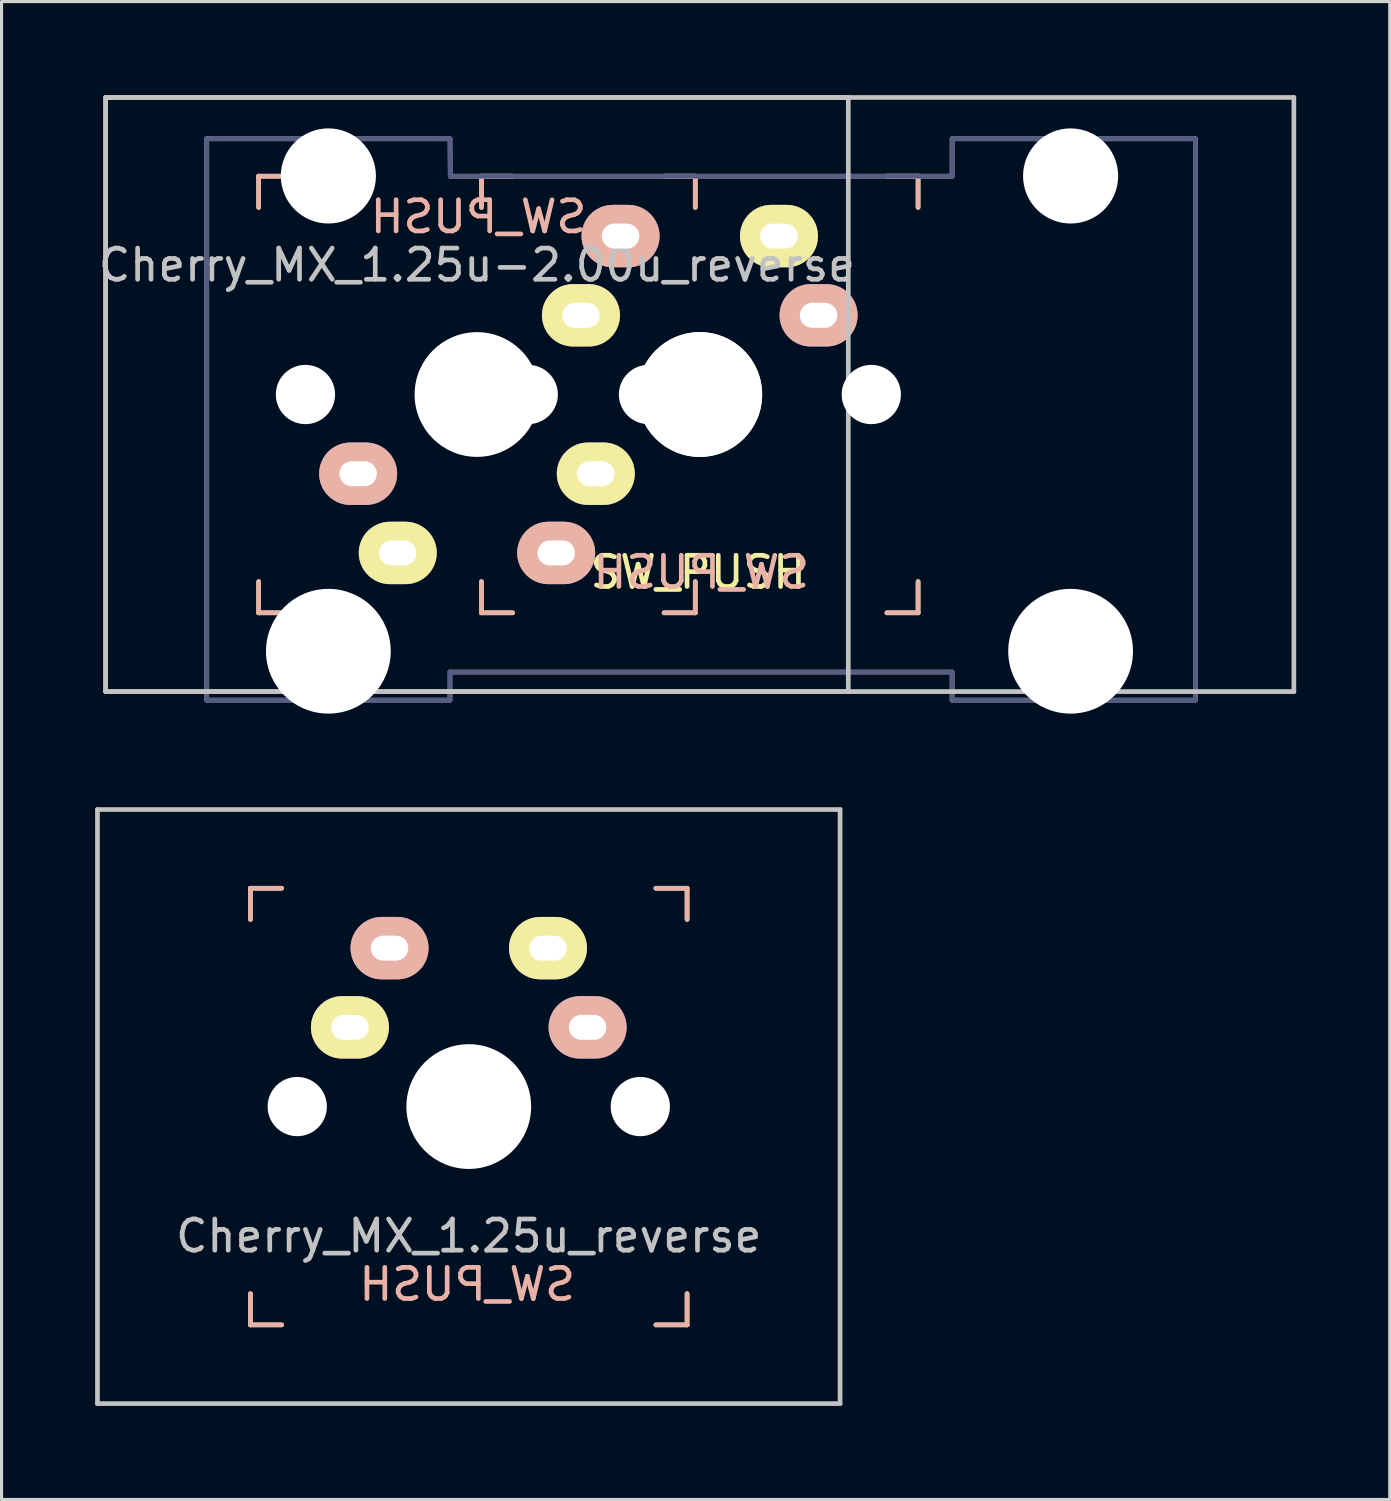
<source format=kicad_pcb>
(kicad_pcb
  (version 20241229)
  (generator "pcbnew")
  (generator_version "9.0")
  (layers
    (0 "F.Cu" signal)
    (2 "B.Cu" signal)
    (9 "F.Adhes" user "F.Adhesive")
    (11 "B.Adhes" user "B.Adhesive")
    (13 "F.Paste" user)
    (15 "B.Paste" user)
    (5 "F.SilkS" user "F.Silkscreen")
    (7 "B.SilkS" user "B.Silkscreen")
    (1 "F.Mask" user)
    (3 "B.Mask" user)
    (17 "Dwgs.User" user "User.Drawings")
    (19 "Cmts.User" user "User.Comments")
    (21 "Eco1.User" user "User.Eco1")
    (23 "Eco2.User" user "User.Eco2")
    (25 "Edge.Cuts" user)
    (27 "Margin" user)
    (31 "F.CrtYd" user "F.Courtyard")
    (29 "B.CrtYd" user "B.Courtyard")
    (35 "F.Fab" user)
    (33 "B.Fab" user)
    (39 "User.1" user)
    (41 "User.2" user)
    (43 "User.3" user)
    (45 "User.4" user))
  (footprint "Cherry_MX_1.25u_reverse"
    (layer "F.Cu")
    (at 11.981 32.432)
    (property "Reference" "Cherry_MX_1.25u_reverse" (at 0 4.15 0) (layer "Dwgs.User") (effects (font (size 1 1) (thickness 0.15))))
    (property "Value" "SW_PUSH" (at -0.05 5.7 0) (layer "F.SilkS") (hide yes) (effects (font (size 1 1) (thickness 0.15))))
    (attr through_hole)
    (fp_line (start -7 -7) (end -6 -7) (stroke (width 0.15) (type solid)) (layer "F.SilkS"))
    (fp_line (start -7 -6) (end -7 -7) (stroke (width 0.15) (type solid)) (layer "F.SilkS"))
    (fp_line (start -7 6) (end -7 7) (stroke (width 0.15) (type solid)) (layer "F.SilkS"))
    (fp_line (start -6 7) (end -7 7) (stroke (width 0.15) (type solid)) (layer "F.SilkS"))
    (fp_line (start 6 7) (end 7 7) (stroke (width 0.15) (type solid)) (layer "F.SilkS"))
    (fp_line (start 7 -7) (end 6 -7) (stroke (width 0.15) (type solid)) (layer "F.SilkS"))
    (fp_line (start 7 -6) (end 7 -7) (stroke (width 0.15) (type solid)) (layer "F.SilkS"))
    (fp_line (start 7 7) (end 7 6) (stroke (width 0.15) (type solid)) (layer "F.SilkS"))
    (fp_line (start -7 -7) (end -7 -6) (stroke (width 0.15) (type solid)) (layer "B.SilkS"))
    (fp_line (start -7 6) (end -7 7) (stroke (width 0.15) (type solid)) (layer "B.SilkS"))
    (fp_line (start -7 7) (end -6 7) (stroke (width 0.15) (type solid)) (layer "B.SilkS"))
    (fp_line (start -6 -7) (end -7 -7) (stroke (width 0.15) (type solid)) (layer "B.SilkS"))
    (fp_line (start 6 7) (end 7 7) (stroke (width 0.15) (type solid)) (layer "B.SilkS"))
    (fp_line (start 7 -7) (end 6 -7) (stroke (width 0.15) (type solid)) (layer "B.SilkS"))
    (fp_line (start 7 -6) (end 7 -7) (stroke (width 0.15) (type solid)) (layer "B.SilkS"))
    (fp_line (start 7 7) (end 7 6) (stroke (width 0.15) (type solid)) (layer "B.SilkS"))
    (fp_line (start -11.906 -9.525) (end 11.906 -9.525) (stroke (width 0.15) (type solid)) (layer "Dwgs.User"))
    (fp_line (start -11.906 9.525) (end -11.906 -9.525) (stroke (width 0.15) (type solid)) (layer "Dwgs.User"))
    (fp_line (start 11.906 -9.525) (end 11.906 9.525) (stroke (width 0.15) (type solid)) (layer "Dwgs.User"))
    (fp_line (start 11.906 9.525) (end -11.906 9.525) (stroke (width 0.15) (type solid)) (layer "Dwgs.User"))
    (fp_text user "${VALUE}" (at -0.05 5.7 0) (layer "B.SilkS") (effects (font (size 1 1) (thickness 0.15)) (justify mirror)))
    (pad "" np_thru_hole circle (at -5.5 0 90) (size 1.9 1.9) (drill 1.9) (layers "*.Cu" "*.Mask"))
    (pad "" np_thru_hole circle (at 0 0 90) (size 4 4) (drill 4) (layers "*.Cu" "*.Mask"))
    (pad "" np_thru_hole circle (at 5.5 0 90) (size 1.9 1.9) (drill 1.9) (layers "*.Cu" "*.Mask"))
    (pad "1" thru_hole oval (at 2.54 -5.08) (size 2.5 2) (drill oval 1.2 0.8) (layers "*.Cu" "B.Mask" "F.SilkS"))
    (pad "1" thru_hole oval (at 3.81 -2.54) (size 2.5 2) (drill oval 1.2 0.8) (layers "*.Cu" "F.Mask" "B.SilkS"))
    (pad "2" thru_hole oval (at -3.81 -2.54) (size 2.5 2) (drill oval 1.2 0.8) (layers "*.Cu" "B.Mask" "F.SilkS"))
    (pad "2" thru_hole oval (at -2.54 -5.08) (size 2.5 2) (drill oval 1.2 0.8) (layers "*.Cu" "F.Mask" "B.SilkS")))
  (footprint "Cherry_MX_1.25u-2.00u_reverse"
    (layer "F.Cu")
    (at 12.244 9.6)
    (property "Reference" "Cherry_MX_1.25u-2.00u_reverse" (at 0 -4.15 180) (layer "Dwgs.User") (effects (font (size 1 1) (thickness 0.15))))
    (property "Value" "SW_PUSH" (at 0.05 -5.7 180) (layer "F.SilkS") (hide yes) (effects (font (size 1 1) (thickness 0.15))))
    (attr through_hole)
    (fp_line (start -7 -7) (end -7 -6) (stroke (width 0.15) (type solid)) (layer "F.SilkS"))
    (fp_line (start -7 6) (end -7 7) (stroke (width 0.15) (type solid)) (layer "F.SilkS"))
    (fp_line (start -7 7) (end -6 7) (stroke (width 0.15) (type solid)) (layer "F.SilkS"))
    (fp_line (start -6 -7) (end -7 -7) (stroke (width 0.15) (type solid)) (layer "F.SilkS"))
    (fp_line (start 0.144 -7) (end 1.144 -7) (stroke (width 0.15) (type solid)) (layer "F.SilkS"))
    (fp_line (start 0.144 -6) (end 0.144 -7) (stroke (width 0.15) (type solid)) (layer "F.SilkS"))
    (fp_line (start 0.144 6) (end 0.144 7) (stroke (width 0.15) (type solid)) (layer "F.SilkS"))
    (fp_line (start 1.144 7) (end 0.144 7) (stroke (width 0.15) (type solid)) (layer "F.SilkS"))
    (fp_line (start 6 -7) (end 7 -7) (stroke (width 0.15) (type solid)) (layer "F.SilkS"))
    (fp_line (start 7 -6) (end 7 -7) (stroke (width 0.15) (type solid)) (layer "F.SilkS"))
    (fp_line (start 7 6) (end 7 7) (stroke (width 0.15) (type solid)) (layer "F.SilkS"))
    (fp_line (start 7 7) (end 6 7) (stroke (width 0.15) (type solid)) (layer "F.SilkS"))
    (fp_line (start 13.144 7) (end 14.144 7) (stroke (width 0.15) (type solid)) (layer "F.SilkS"))
    (fp_line (start 14.144 -7) (end 13.144 -7) (stroke (width 0.15) (type solid)) (layer "F.SilkS"))
    (fp_line (start 14.144 -6) (end 14.144 -7) (stroke (width 0.15) (type solid)) (layer "F.SilkS"))
    (fp_line (start 14.144 7) (end 14.144 6) (stroke (width 0.15) (type solid)) (layer "F.SilkS"))
    (fp_line (start -7 -7) (end -7 -6) (stroke (width 0.15) (type solid)) (layer "B.SilkS"))
    (fp_line (start -7 6) (end -7 7) (stroke (width 0.15) (type solid)) (layer "B.SilkS"))
    (fp_line (start -7 7) (end -6 7) (stroke (width 0.15) (type solid)) (layer "B.SilkS"))
    (fp_line (start -6 -7) (end -7 -7) (stroke (width 0.15) (type solid)) (layer "B.SilkS"))
    (fp_line (start 0.144 -7) (end 1.144 -7) (stroke (width 0.15) (type solid)) (layer "B.SilkS"))
    (fp_line (start 0.144 -6) (end 0.144 -7) (stroke (width 0.15) (type solid)) (layer "B.SilkS"))
    (fp_line (start 0.144 7) (end 0.144 6) (stroke (width 0.15) (type solid)) (layer "B.SilkS"))
    (fp_line (start 1.144 7) (end 0.144 7) (stroke (width 0.15) (type solid)) (layer "B.SilkS"))
    (fp_line (start 6 7) (end 7 7) (stroke (width 0.15) (type solid)) (layer "B.SilkS"))
    (fp_line (start 7 -7) (end 6 -7) (stroke (width 0.15) (type solid)) (layer "B.SilkS"))
    (fp_line (start 7 -6) (end 7 -7) (stroke (width 0.15) (type solid)) (layer "B.SilkS"))
    (fp_line (start 7 7) (end 7 6) (stroke (width 0.15) (type solid)) (layer "B.SilkS"))
    (fp_line (start 13.144 7) (end 14.144 7) (stroke (width 0.15) (type solid)) (layer "B.SilkS"))
    (fp_line (start 14.144 -7) (end 13.144 -7) (stroke (width 0.15) (type solid)) (layer "B.SilkS"))
    (fp_line (start 14.144 -6) (end 14.144 -7) (stroke (width 0.15) (type solid)) (layer "B.SilkS"))
    (fp_line (start 14.144 6) (end 14.144 7) (stroke (width 0.15) (type solid)) (layer "B.SilkS"))
    (fp_line (start -11.906 -9.525) (end 11.906 -9.525) (stroke (width 0.15) (type solid)) (layer "Dwgs.User"))
    (fp_line (start -11.906 -9.525) (end 26.194 -9.525) (stroke (width 0.15) (type solid)) (layer "Dwgs.User"))
    (fp_line (start -11.906 9.525) (end -11.906 -9.525) (stroke (width 0.15) (type solid)) (layer "Dwgs.User"))
    (fp_line (start -11.906 9.525) (end -11.906 -9.525) (stroke (width 0.15) (type solid)) (layer "Dwgs.User"))
    (fp_line (start 11.906 -9.525) (end 11.906 9.525) (stroke (width 0.15) (type solid)) (layer "Dwgs.User"))
    (fp_line (start 11.906 9.525) (end -11.906 9.525) (stroke (width 0.15) (type solid)) (layer "Dwgs.User"))
    (fp_line (start 26.194 -9.525) (end 26.194 9.525) (stroke (width 0.15) (type solid)) (layer "Dwgs.User"))
    (fp_line (start 26.194 9.525) (end -11.906 9.525) (stroke (width 0.15) (type solid)) (layer "Dwgs.User"))
    (fp_line (start -8.665 9.8) (end -0.865 9.8) (stroke (width 0.15) (type solid)) (layer "B.Fab"))
    (fp_line (start -8.665 -8.2) (end -8.665 9.8) (stroke (width 0.15) (type solid)) (layer "B.Fab"))
    (fp_line (start -0.865 -8.2) (end -8.665 -8.2) (stroke (width 0.15) (type solid)) (layer "B.Fab"))
    (fp_line (start -0.865 8.9) (end 15.235 8.9) (stroke (width 0.15) (type solid)) (layer "B.Fab"))
    (fp_line (start -0.865 9.8) (end -0.865 8.9) (stroke (width 0.15) (type solid)) (layer "B.Fab"))
    (fp_line (start -0.856 -7) (end -0.865 -8.2) (stroke (width 0.15) (type solid)) (layer "B.Fab"))
    (fp_line (start 15.235 9.8) (end 15.235 8.9) (stroke (width 0.15) (type solid)) (layer "B.Fab"))
    (fp_line (start 15.235 9.8) (end 23.035 9.8) (stroke (width 0.15) (type solid)) (layer "B.Fab"))
    (fp_line (start 15.235 -8.2) (end 15.235 -7) (stroke (width 0.15) (type solid)) (layer "B.Fab"))
    (fp_line (start 15.235 -7) (end -0.856 -7) (stroke (width 0.15) (type solid)) (layer "B.Fab"))
    (fp_line (start 23.035 -8.2) (end 15.235 -8.2) (stroke (width 0.15) (type solid)) (layer "B.Fab"))
    (fp_line (start 23.035 9.8) (end 23.035 -8.2) (stroke (width 0.15) (type solid)) (layer "B.Fab"))
    (fp_line (start -8.665 9.8) (end -0.865 9.8) (stroke (width 0.15) (type solid)) (layer "F.Fab"))
    (fp_line (start -8.665 -8.2) (end -8.665 9.8) (stroke (width 0.15) (type solid)) (layer "F.Fab"))
    (fp_line (start -0.865 -8.2) (end -8.665 -8.2) (stroke (width 0.15) (type solid)) (layer "F.Fab"))
    (fp_line (start -0.865 8.9) (end 15.235 8.9) (stroke (width 0.15) (type solid)) (layer "F.Fab"))
    (fp_line (start -0.865 9.8) (end -0.865 8.9) (stroke (width 0.15) (type solid)) (layer "F.Fab"))
    (fp_line (start -0.856 -7) (end -0.865 -8.2) (stroke (width 0.15) (type solid)) (layer "F.Fab"))
    (fp_line (start 15.235 9.8) (end 15.235 8.9) (stroke (width 0.15) (type solid)) (layer "F.Fab"))
    (fp_line (start 15.235 9.8) (end 23.035 9.8) (stroke (width 0.15) (type solid)) (layer "F.Fab"))
    (fp_line (start 15.235 -8.2) (end 15.235 -7) (stroke (width 0.15) (type solid)) (layer "F.Fab"))
    (fp_line (start 15.235 -7) (end -0.856 -7) (stroke (width 0.15) (type solid)) (layer "F.Fab"))
    (fp_line (start 23.035 -8.2) (end 15.235 -8.2) (stroke (width 0.15) (type solid)) (layer "F.Fab"))
    (fp_line (start 23.035 9.8) (end 23.035 -8.2) (stroke (width 0.15) (type solid)) (layer "F.Fab"))
    (fp_text user "${VALUE}" (at 7.094 5.7 0) (layer "F.SilkS") (effects (font (size 1 1) (thickness 0.15))))
    (fp_text user "${VALUE}" (at 7.194 5.7 180) (layer "B.SilkS") (effects (font (size 1 1) (thickness 0.15)) (justify mirror)))
    (fp_text user "${VALUE}" (at 0.05 -5.7 180) (layer "B.SilkS") (effects (font (size 1 1) (thickness 0.15)) (justify mirror)))
    (pad "" np_thru_hole circle (at -5.5 0 270) (size 1.9 1.9) (drill 1.9) (layers "*.Cu" "*.Mask"))
    (pad "" np_thru_hole circle (at -4.765 -7.008) (size 3.05 3.05) (drill 3.05) (layers "*.Cu" "*.Mask"))
    (pad "" np_thru_hole circle (at -4.765 8.232) (size 4 4) (drill 4) (layers "*.Cu" "*.Mask"))
    (pad "" np_thru_hole circle (at 0 0 270) (size 4 4) (drill 4) (layers "*.Cu" "*.Mask"))
    (pad "" np_thru_hole circle (at 1.644 0 90) (size 1.9 1.9) (drill 1.9) (layers "*.Cu" "*.Mask"))
    (pad "" np_thru_hole circle (at 5.5 0 270) (size 1.9 1.9) (drill 1.9) (layers "*.Cu" "*.Mask"))
    (pad "" np_thru_hole circle (at 7.144 0 90) (size 4 4) (drill 4) (layers "*.Cu" "*.Mask"))
    (pad "" np_thru_hole circle (at 7.144 0 90) (size 4 4) (drill 4) (layers "*.Cu" "*.Mask"))
    (pad "" np_thru_hole circle (at 12.644 0 90) (size 1.9 1.9) (drill 1.9) (layers "*.Cu" "*.Mask"))
    (pad "" np_thru_hole circle (at 19.035 -7.008) (size 3.05 3.05) (drill 3.05) (layers "*.Cu" "*.Mask"))
    (pad "" np_thru_hole circle (at 19.035 8.232) (size 4 4) (drill 4) (layers "*.Cu" "*.Mask"))
    (pad "1" thru_hole oval (at -3.81 2.54 180) (size 2.5 2) (drill oval 1.2 0.8) (layers "*.Cu" "F.Mask" "B.SilkS"))
    (pad "1" thru_hole oval (at -2.54 5.08 180) (size 2.5 2) (drill oval 1.2 0.8) (layers "*.Cu" "B.Mask" "F.SilkS"))
    (pad "1" thru_hole oval (at 4.604 -5.08 180) (size 2.5 2) (drill oval 1.2 0.8) (layers "*.Cu" "F.Mask" "B.SilkS"))
    (pad "1" thru_hole oval (at 9.684 -5.08) (size 2.5 2) (drill oval 1.2 0.8) (layers "*.Cu" "B.Mask" "F.SilkS"))
    (pad "2" thru_hole oval (at 2.54 5.08 180) (size 2.5 2) (drill oval 1.2 0.8) (layers "*.Cu" "F.Mask" "B.SilkS"))
    (pad "2" thru_hole oval (at 3.334 -2.54) (size 2.5 2) (drill oval 1.2 0.8) (layers "*.Cu" "B.Mask" "F.SilkS"))
    (pad "2" thru_hole oval (at 3.81 2.54 180) (size 2.5 2) (drill oval 1.2 0.8) (layers "*.Cu" "B.Mask" "F.SilkS"))
    (pad "2" thru_hole oval (at 10.954 -2.54 180) (size 2.5 2) (drill oval 1.2 0.8) (layers "*.Cu" "F.Mask" "B.SilkS")))
  (gr_rect
    (start -3 -3)
    (end 41.513 45.032)
    (stroke (width 0.1) (type default))
    (fill no)
    (layer "Edge.Cuts")))
</source>
